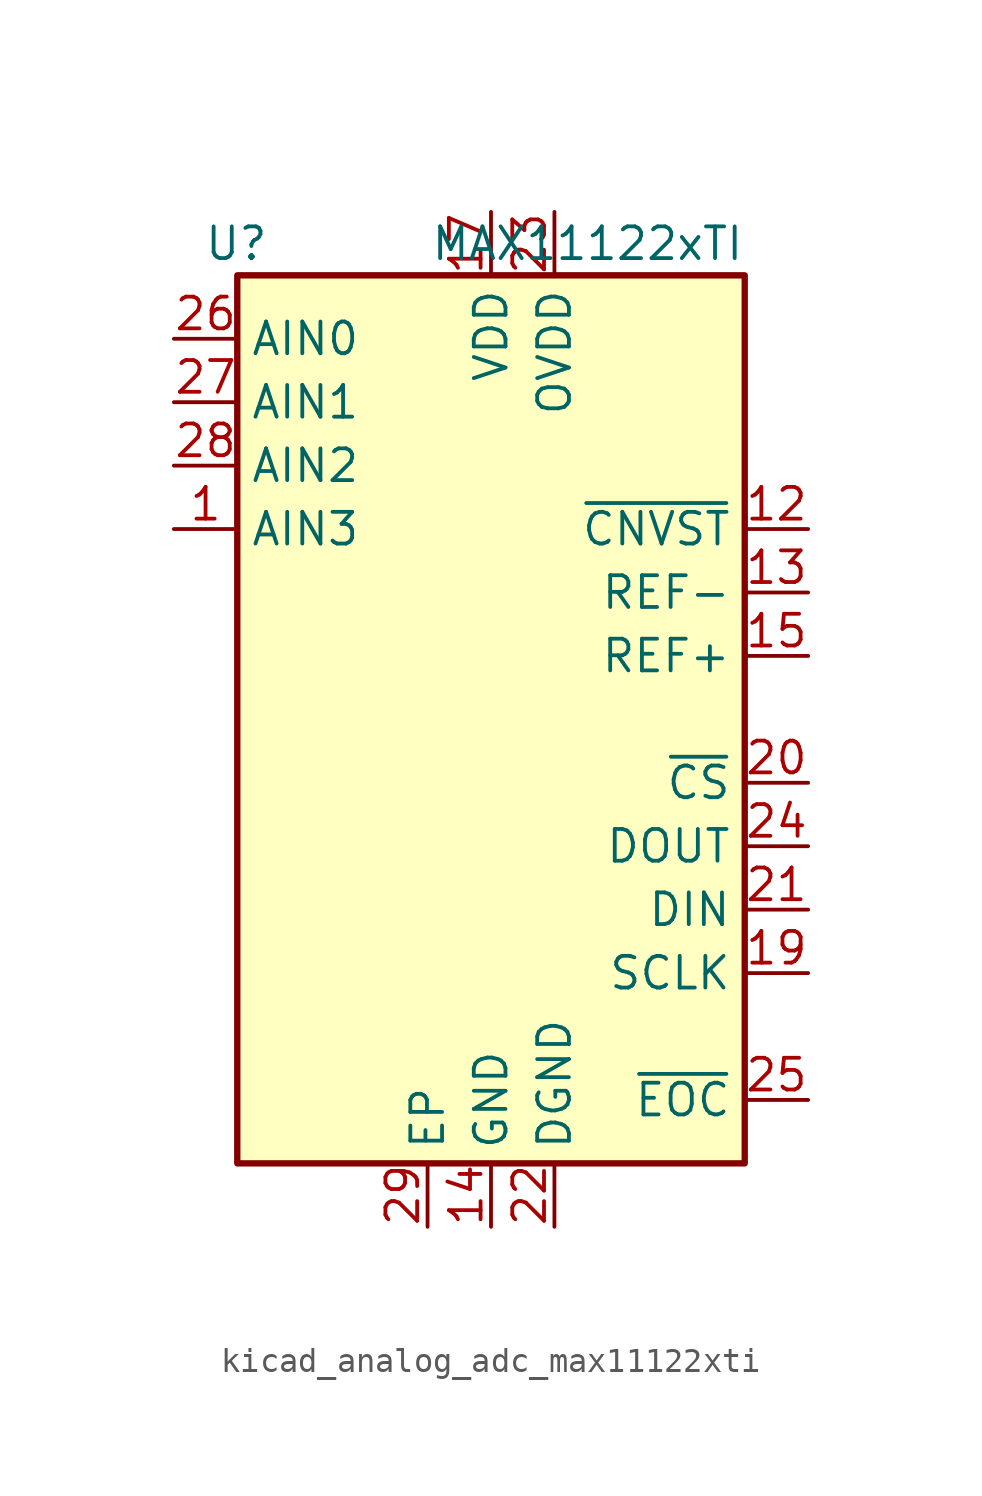
<source format=kicad_sym>
(kicad_symbol_lib
  (version 20220914)
  (generator kicad_symbol_editor)
  (symbol "kicad_analog_adc_max11122xti"
    (property "Reference" "U"
      (at -8.89 19.05 0)
      (effects (font (size 1.27 1.27)) (justify right)))
    (property "Value" "MAX11122xTI"
      (at 10.16 19.05 0)
      (effects (font (size 1.27 1.27)) (justify right)))
    (symbol "kicad_analog_adc_max11122xti_0_1"
      (rectangle (start 10.16 17.78) (end -10.16 -17.78) (stroke (width 0.254) (type default)) (fill (type background))))
    (symbol "kicad_analog_adc_max11122xti_1_1"
      (pin input line (at -12.7 7.62 0) (length 2.54) (name "AIN3" (effects (font (size 1.27 1.27)))) (number "1" (effects (font (size 1.27 1.27)))))
      (pin passive line (at 0 -20.32 90) (length 2.54) hide (name "GND" (effects (font (size 1.27 1.27)))) (number "10" (effects (font (size 1.27 1.27)))))
      (pin passive line (at 0 -20.32 90) (length 2.54) hide (name "GND" (effects (font (size 1.27 1.27)))) (number "11" (effects (font (size 1.27 1.27)))))
      (pin input line (at 12.7 7.62 180) (length 2.54) (name "~{CNVST}" (effects (font (size 1.27 1.27)))) (number "12" (effects (font (size 1.27 1.27)))))
      (pin input line (at 12.7 5.08 180) (length 2.54) (name "REF-" (effects (font (size 1.27 1.27)))) (number "13" (effects (font (size 1.27 1.27)))))
      (pin power_in line (at 0 -20.32 90) (length 2.54) (name "GND" (effects (font (size 1.27 1.27)))) (number "14" (effects (font (size 1.27 1.27)))))
      (pin input line (at 12.7 2.54 180) (length 2.54) (name "REF+" (effects (font (size 1.27 1.27)))) (number "15" (effects (font (size 1.27 1.27)))))
      (pin passive line (at 0 -20.32 90) (length 2.54) hide (name "GND" (effects (font (size 1.27 1.27)))) (number "16" (effects (font (size 1.27 1.27)))))
      (pin power_in line (at 0 20.32 270) (length 2.54) (name "VDD" (effects (font (size 1.27 1.27)))) (number "17" (effects (font (size 1.27 1.27)))))
      (pin passive line (at 0 20.32 270) (length 2.54) hide (name "VDD" (effects (font (size 1.27 1.27)))) (number "18" (effects (font (size 1.27 1.27)))))
      (pin input line (at 12.7 -10.16 180) (length 2.54) (name "SCLK" (effects (font (size 1.27 1.27)))) (number "19" (effects (font (size 1.27 1.27)))))
      (pin passive line (at 0 -20.32 90) (length 2.54) hide (name "GND" (effects (font (size 1.27 1.27)))) (number "2" (effects (font (size 1.27 1.27)))))
      (pin input line (at 12.7 -2.54 180) (length 2.54) (name "~{CS}" (effects (font (size 1.27 1.27)))) (number "20" (effects (font (size 1.27 1.27)))))
      (pin input line (at 12.7 -7.62 180) (length 2.54) (name "DIN" (effects (font (size 1.27 1.27)))) (number "21" (effects (font (size 1.27 1.27)))))
      (pin power_in line (at 2.54 -20.32 90) (length 2.54) (name "DGND" (effects (font (size 1.27 1.27)))) (number "22" (effects (font (size 1.27 1.27)))))
      (pin power_in line (at 2.54 20.32 270) (length 2.54) (name "OVDD" (effects (font (size 1.27 1.27)))) (number "23" (effects (font (size 1.27 1.27)))))
      (pin output line (at 12.7 -5.08 180) (length 2.54) (name "DOUT" (effects (font (size 1.27 1.27)))) (number "24" (effects (font (size 1.27 1.27)))))
      (pin output line (at 12.7 -15.24 180) (length 2.54) (name "~{EOC}" (effects (font (size 1.27 1.27)))) (number "25" (effects (font (size 1.27 1.27)))))
      (pin input line (at -12.7 15.24 0) (length 2.54) (name "AIN0" (effects (font (size 1.27 1.27)))) (number "26" (effects (font (size 1.27 1.27)))))
      (pin input line (at -12.7 12.7 0) (length 2.54) (name "AIN1" (effects (font (size 1.27 1.27)))) (number "27" (effects (font (size 1.27 1.27)))))
      (pin input line (at -12.7 10.16 0) (length 2.54) (name "AIN2" (effects (font (size 1.27 1.27)))) (number "28" (effects (font (size 1.27 1.27)))))
      (pin power_in line (at -2.54 -20.32 90) (length 2.54) (name "EP" (effects (font (size 1.27 1.27)))) (number "29" (effects (font (size 1.27 1.27)))))
      (pin passive line (at 0 -20.32 90) (length 2.54) hide (name "GND" (effects (font (size 1.27 1.27)))) (number "3" (effects (font (size 1.27 1.27)))))
      (pin passive line (at 0 -20.32 90) (length 2.54) hide (name "GND" (effects (font (size 1.27 1.27)))) (number "4" (effects (font (size 1.27 1.27)))))
      (pin passive line (at 0 -20.32 90) (length 2.54) hide (name "GND" (effects (font (size 1.27 1.27)))) (number "5" (effects (font (size 1.27 1.27)))))
      (pin passive line (at 0 -20.32 90) (length 2.54) hide (name "GND" (effects (font (size 1.27 1.27)))) (number "6" (effects (font (size 1.27 1.27)))))
      (pin passive line (at 0 -20.32 90) (length 2.54) hide (name "GND" (effects (font (size 1.27 1.27)))) (number "7" (effects (font (size 1.27 1.27)))))
      (pin passive line (at 0 -20.32 90) (length 2.54) hide (name "GND" (effects (font (size 1.27 1.27)))) (number "8" (effects (font (size 1.27 1.27)))))
      (pin passive line (at 0 -20.32 90) (length 2.54) hide (name "GND" (effects (font (size 1.27 1.27)))) (number "9" (effects (font (size 1.27 1.27))))))))
</source>
